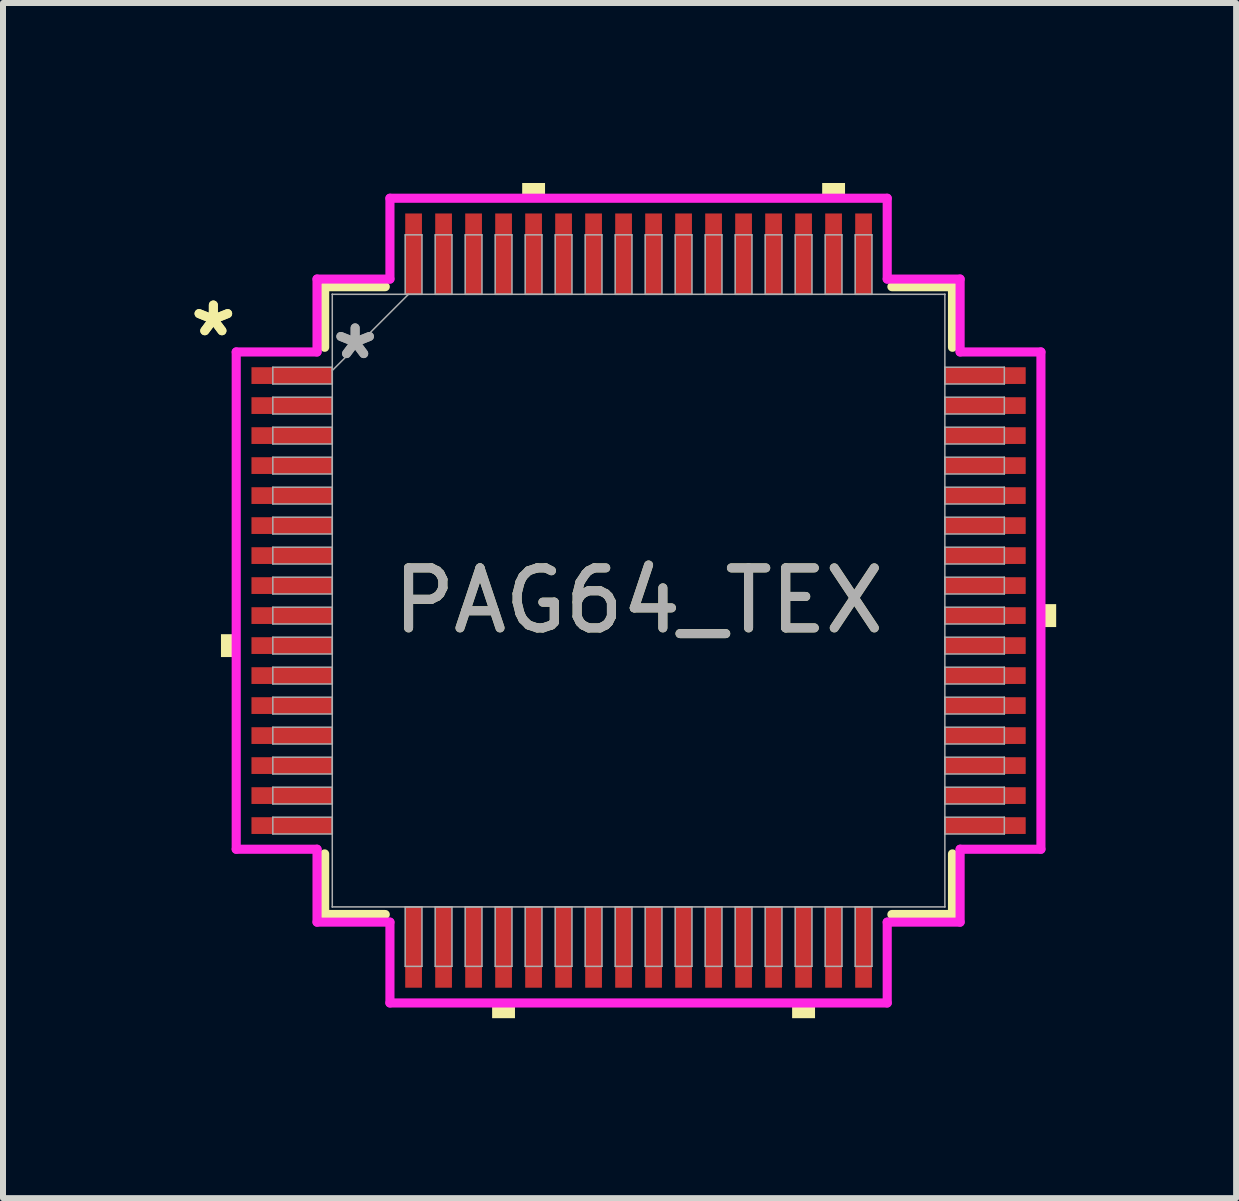
<source format=kicad_pcb>
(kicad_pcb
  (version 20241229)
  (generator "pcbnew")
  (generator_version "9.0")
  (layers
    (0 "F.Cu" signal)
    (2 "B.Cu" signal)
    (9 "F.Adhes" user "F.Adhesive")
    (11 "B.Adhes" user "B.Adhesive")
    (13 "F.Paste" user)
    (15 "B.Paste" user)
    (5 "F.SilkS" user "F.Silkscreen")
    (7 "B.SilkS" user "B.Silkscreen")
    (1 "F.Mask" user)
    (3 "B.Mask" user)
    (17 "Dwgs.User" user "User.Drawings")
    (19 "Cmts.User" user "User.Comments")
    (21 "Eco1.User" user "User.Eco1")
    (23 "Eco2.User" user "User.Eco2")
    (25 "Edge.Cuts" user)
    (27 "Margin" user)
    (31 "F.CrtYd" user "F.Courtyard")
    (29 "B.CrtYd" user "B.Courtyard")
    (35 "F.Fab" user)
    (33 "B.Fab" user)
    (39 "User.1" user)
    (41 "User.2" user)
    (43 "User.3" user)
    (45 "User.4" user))
  (footprint "PAG64_TEX"
    (layer "F.Cu")
    (at 7.593 6.96)
    (property "Reference" "PAG64_TEX" (at 0 0 0) (unlocked yes) (layer "F.SilkS") (effects (font (size 1 1) (thickness 0.15))))
    (attr smd)
    (fp_line (start -5.232 -5.232) (end -5.232 -4.222) (stroke (width 0.152) (type solid)) (layer "F.SilkS"))
    (fp_line (start -5.232 4.222) (end -5.232 5.232) (stroke (width 0.152) (type solid)) (layer "F.SilkS"))
    (fp_line (start -5.232 5.232) (end -4.222 5.232) (stroke (width 0.152) (type solid)) (layer "F.SilkS"))
    (fp_line (start -4.222 -5.232) (end -5.232 -5.232) (stroke (width 0.152) (type solid)) (layer "F.SilkS"))
    (fp_line (start 4.222 5.232) (end 5.232 5.232) (stroke (width 0.152) (type solid)) (layer "F.SilkS"))
    (fp_line (start 5.232 -5.232) (end 4.222 -5.232) (stroke (width 0.152) (type solid)) (layer "F.SilkS"))
    (fp_line (start 5.232 -4.222) (end 5.232 -5.232) (stroke (width 0.152) (type solid)) (layer "F.SilkS"))
    (fp_line (start 5.232 5.232) (end 5.232 4.222) (stroke (width 0.152) (type solid)) (layer "F.SilkS"))
    (fp_poly (pts (xy -6.96 0.56) (xy -6.96 0.941) (xy -6.706 0.941) (xy -6.706 0.56)) (stroke (width 0) (type solid)) (fill yes) (layer "F.SilkS"))
    (fp_poly (pts (xy -2.441 6.706) (xy -2.441 6.96) (xy -2.06 6.96) (xy -2.06 6.706)) (stroke (width 0) (type solid)) (fill yes) (layer "F.SilkS"))
    (fp_poly (pts (xy -1.94 -6.706) (xy -1.94 -6.96) (xy -1.559 -6.96) (xy -1.559 -6.706)) (stroke (width 0) (type solid)) (fill yes) (layer "F.SilkS"))
    (fp_poly (pts (xy 2.559 6.706) (xy 2.559 6.96) (xy 2.941 6.96) (xy 2.941 6.706)) (stroke (width 0) (type solid)) (fill yes) (layer "F.SilkS"))
    (fp_poly (pts (xy 3.06 -6.706) (xy 3.06 -6.96) (xy 3.441 -6.96) (xy 3.441 -6.706)) (stroke (width 0) (type solid)) (fill yes) (layer "F.SilkS"))
    (fp_poly (pts (xy 6.96 0.059) (xy 6.96 0.441) (xy 6.706 0.441) (xy 6.706 0.059)) (stroke (width 0) (type solid)) (fill yes) (layer "F.SilkS"))
    (fp_line (start -6.706 -4.144) (end -5.359 -4.144) (stroke (width 0.152) (type solid)) (layer "F.CrtYd"))
    (fp_line (start -6.706 4.144) (end -6.706 -4.144) (stroke (width 0.152) (type solid)) (layer "F.CrtYd"))
    (fp_line (start -5.359 -5.359) (end -4.144 -5.359) (stroke (width 0.152) (type solid)) (layer "F.CrtYd"))
    (fp_line (start -5.359 -4.144) (end -5.359 -5.359) (stroke (width 0.152) (type solid)) (layer "F.CrtYd"))
    (fp_line (start -5.359 4.144) (end -6.706 4.144) (stroke (width 0.152) (type solid)) (layer "F.CrtYd"))
    (fp_line (start -5.359 5.359) (end -5.359 4.144) (stroke (width 0.152) (type solid)) (layer "F.CrtYd"))
    (fp_line (start -5.359 5.359) (end -4.144 5.359) (stroke (width 0.152) (type solid)) (layer "F.CrtYd"))
    (fp_line (start -4.144 -6.706) (end 4.144 -6.706) (stroke (width 0.152) (type solid)) (layer "F.CrtYd"))
    (fp_line (start -4.144 -5.359) (end -4.144 -6.706) (stroke (width 0.152) (type solid)) (layer "F.CrtYd"))
    (fp_line (start -4.144 5.359) (end -4.144 6.706) (stroke (width 0.152) (type solid)) (layer "F.CrtYd"))
    (fp_line (start -4.144 6.706) (end 4.144 6.706) (stroke (width 0.152) (type solid)) (layer "F.CrtYd"))
    (fp_line (start 4.144 -6.706) (end 4.144 -5.359) (stroke (width 0.152) (type solid)) (layer "F.CrtYd"))
    (fp_line (start 4.144 -5.359) (end 5.359 -5.359) (stroke (width 0.152) (type solid)) (layer "F.CrtYd"))
    (fp_line (start 4.144 5.359) (end 5.359 5.359) (stroke (width 0.152) (type solid)) (layer "F.CrtYd"))
    (fp_line (start 4.144 6.706) (end 4.144 5.359) (stroke (width 0.152) (type solid)) (layer "F.CrtYd"))
    (fp_line (start 5.359 -4.144) (end 5.359 -5.359) (stroke (width 0.152) (type solid)) (layer "F.CrtYd"))
    (fp_line (start 5.359 4.144) (end 6.706 4.144) (stroke (width 0.152) (type solid)) (layer "F.CrtYd"))
    (fp_line (start 5.359 5.359) (end 5.359 4.144) (stroke (width 0.152) (type solid)) (layer "F.CrtYd"))
    (fp_line (start 6.706 -4.144) (end 5.359 -4.144) (stroke (width 0.152) (type solid)) (layer "F.CrtYd"))
    (fp_line (start 6.706 4.144) (end 6.706 -4.144) (stroke (width 0.152) (type solid)) (layer "F.CrtYd"))
    (fp_line (start -6.096 -3.89) (end -6.096 -3.61) (stroke (width 0.025) (type solid)) (layer "F.Fab"))
    (fp_line (start -6.096 -3.61) (end -5.105 -3.61) (stroke (width 0.025) (type solid)) (layer "F.Fab"))
    (fp_line (start -6.096 -3.39) (end -6.096 -3.11) (stroke (width 0.025) (type solid)) (layer "F.Fab"))
    (fp_line (start -6.096 -3.11) (end -5.105 -3.11) (stroke (width 0.025) (type solid)) (layer "F.Fab"))
    (fp_line (start -6.096 -2.89) (end -6.096 -2.61) (stroke (width 0.025) (type solid)) (layer "F.Fab"))
    (fp_line (start -6.096 -2.61) (end -5.105 -2.61) (stroke (width 0.025) (type solid)) (layer "F.Fab"))
    (fp_line (start -6.096 -2.39) (end -6.096 -2.11) (stroke (width 0.025) (type solid)) (layer "F.Fab"))
    (fp_line (start -6.096 -2.11) (end -5.105 -2.11) (stroke (width 0.025) (type solid)) (layer "F.Fab"))
    (fp_line (start -6.096 -1.89) (end -6.096 -1.61) (stroke (width 0.025) (type solid)) (layer "F.Fab"))
    (fp_line (start -6.096 -1.61) (end -5.105 -1.61) (stroke (width 0.025) (type solid)) (layer "F.Fab"))
    (fp_line (start -6.096 -1.39) (end -6.096 -1.11) (stroke (width 0.025) (type solid)) (layer "F.Fab"))
    (fp_line (start -6.096 -1.11) (end -5.105 -1.11) (stroke (width 0.025) (type solid)) (layer "F.Fab"))
    (fp_line (start -6.096 -0.89) (end -6.096 -0.61) (stroke (width 0.025) (type solid)) (layer "F.Fab"))
    (fp_line (start -6.096 -0.61) (end -5.105 -0.61) (stroke (width 0.025) (type solid)) (layer "F.Fab"))
    (fp_line (start -6.096 -0.39) (end -6.096 -0.11) (stroke (width 0.025) (type solid)) (layer "F.Fab"))
    (fp_line (start -6.096 -0.11) (end -5.105 -0.11) (stroke (width 0.025) (type solid)) (layer "F.Fab"))
    (fp_line (start -6.096 0.11) (end -6.096 0.39) (stroke (width 0.025) (type solid)) (layer "F.Fab"))
    (fp_line (start -6.096 0.39) (end -5.105 0.39) (stroke (width 0.025) (type solid)) (layer "F.Fab"))
    (fp_line (start -6.096 0.61) (end -6.096 0.89) (stroke (width 0.025) (type solid)) (layer "F.Fab"))
    (fp_line (start -6.096 0.89) (end -5.105 0.89) (stroke (width 0.025) (type solid)) (layer "F.Fab"))
    (fp_line (start -6.096 1.11) (end -6.096 1.39) (stroke (width 0.025) (type solid)) (layer "F.Fab"))
    (fp_line (start -6.096 1.39) (end -5.105 1.39) (stroke (width 0.025) (type solid)) (layer "F.Fab"))
    (fp_line (start -6.096 1.61) (end -6.096 1.89) (stroke (width 0.025) (type solid)) (layer "F.Fab"))
    (fp_line (start -6.096 1.89) (end -5.105 1.89) (stroke (width 0.025) (type solid)) (layer "F.Fab"))
    (fp_line (start -6.096 2.11) (end -6.096 2.39) (stroke (width 0.025) (type solid)) (layer "F.Fab"))
    (fp_line (start -6.096 2.39) (end -5.105 2.39) (stroke (width 0.025) (type solid)) (layer "F.Fab"))
    (fp_line (start -6.096 2.61) (end -6.096 2.89) (stroke (width 0.025) (type solid)) (layer "F.Fab"))
    (fp_line (start -6.096 2.89) (end -5.105 2.89) (stroke (width 0.025) (type solid)) (layer "F.Fab"))
    (fp_line (start -6.096 3.11) (end -6.096 3.39) (stroke (width 0.025) (type solid)) (layer "F.Fab"))
    (fp_line (start -6.096 3.39) (end -5.105 3.39) (stroke (width 0.025) (type solid)) (layer "F.Fab"))
    (fp_line (start -6.096 3.61) (end -6.096 3.89) (stroke (width 0.025) (type solid)) (layer "F.Fab"))
    (fp_line (start -6.096 3.89) (end -5.105 3.89) (stroke (width 0.025) (type solid)) (layer "F.Fab"))
    (fp_line (start -5.105 -5.105) (end -5.105 -5.105) (stroke (width 0.025) (type solid)) (layer "F.Fab"))
    (fp_line (start -5.105 -5.105) (end -5.105 5.105) (stroke (width 0.025) (type solid)) (layer "F.Fab"))
    (fp_line (start -5.105 -3.89) (end -6.096 -3.89) (stroke (width 0.025) (type solid)) (layer "F.Fab"))
    (fp_line (start -5.105 -3.835) (end -3.835 -5.105) (stroke (width 0.025) (type solid)) (layer "F.Fab"))
    (fp_line (start -5.105 -3.61) (end -5.105 -3.89) (stroke (width 0.025) (type solid)) (layer "F.Fab"))
    (fp_line (start -5.105 -3.39) (end -6.096 -3.39) (stroke (width 0.025) (type solid)) (layer "F.Fab"))
    (fp_line (start -5.105 -3.11) (end -5.105 -3.39) (stroke (width 0.025) (type solid)) (layer "F.Fab"))
    (fp_line (start -5.105 -2.89) (end -6.096 -2.89) (stroke (width 0.025) (type solid)) (layer "F.Fab"))
    (fp_line (start -5.105 -2.61) (end -5.105 -2.89) (stroke (width 0.025) (type solid)) (layer "F.Fab"))
    (fp_line (start -5.105 -2.39) (end -6.096 -2.39) (stroke (width 0.025) (type solid)) (layer "F.Fab"))
    (fp_line (start -5.105 -2.11) (end -5.105 -2.39) (stroke (width 0.025) (type solid)) (layer "F.Fab"))
    (fp_line (start -5.105 -1.89) (end -6.096 -1.89) (stroke (width 0.025) (type solid)) (layer "F.Fab"))
    (fp_line (start -5.105 -1.61) (end -5.105 -1.89) (stroke (width 0.025) (type solid)) (layer "F.Fab"))
    (fp_line (start -5.105 -1.39) (end -6.096 -1.39) (stroke (width 0.025) (type solid)) (layer "F.Fab"))
    (fp_line (start -5.105 -1.11) (end -5.105 -1.39) (stroke (width 0.025) (type solid)) (layer "F.Fab"))
    (fp_line (start -5.105 -0.89) (end -6.096 -0.89) (stroke (width 0.025) (type solid)) (layer "F.Fab"))
    (fp_line (start -5.105 -0.61) (end -5.105 -0.89) (stroke (width 0.025) (type solid)) (layer "F.Fab"))
    (fp_line (start -5.105 -0.39) (end -6.096 -0.39) (stroke (width 0.025) (type solid)) (layer "F.Fab"))
    (fp_line (start -5.105 -0.11) (end -5.105 -0.39) (stroke (width 0.025) (type solid)) (layer "F.Fab"))
    (fp_line (start -5.105 0.11) (end -6.096 0.11) (stroke (width 0.025) (type solid)) (layer "F.Fab"))
    (fp_line (start -5.105 0.39) (end -5.105 0.11) (stroke (width 0.025) (type solid)) (layer "F.Fab"))
    (fp_line (start -5.105 0.61) (end -6.096 0.61) (stroke (width 0.025) (type solid)) (layer "F.Fab"))
    (fp_line (start -5.105 0.89) (end -5.105 0.61) (stroke (width 0.025) (type solid)) (layer "F.Fab"))
    (fp_line (start -5.105 1.11) (end -6.096 1.11) (stroke (width 0.025) (type solid)) (layer "F.Fab"))
    (fp_line (start -5.105 1.39) (end -5.105 1.11) (stroke (width 0.025) (type solid)) (layer "F.Fab"))
    (fp_line (start -5.105 1.61) (end -6.096 1.61) (stroke (width 0.025) (type solid)) (layer "F.Fab"))
    (fp_line (start -5.105 1.89) (end -5.105 1.61) (stroke (width 0.025) (type solid)) (layer "F.Fab"))
    (fp_line (start -5.105 2.11) (end -6.096 2.11) (stroke (width 0.025) (type solid)) (layer "F.Fab"))
    (fp_line (start -5.105 2.39) (end -5.105 2.11) (stroke (width 0.025) (type solid)) (layer "F.Fab"))
    (fp_line (start -5.105 2.61) (end -6.096 2.61) (stroke (width 0.025) (type solid)) (layer "F.Fab"))
    (fp_line (start -5.105 2.89) (end -5.105 2.61) (stroke (width 0.025) (type solid)) (layer "F.Fab"))
    (fp_line (start -5.105 3.11) (end -6.096 3.11) (stroke (width 0.025) (type solid)) (layer "F.Fab"))
    (fp_line (start -5.105 3.39) (end -5.105 3.11) (stroke (width 0.025) (type solid)) (layer "F.Fab"))
    (fp_line (start -5.105 3.61) (end -6.096 3.61) (stroke (width 0.025) (type solid)) (layer "F.Fab"))
    (fp_line (start -5.105 3.89) (end -5.105 3.61) (stroke (width 0.025) (type solid)) (layer "F.Fab"))
    (fp_line (start -5.105 5.105) (end -5.105 5.105) (stroke (width 0.025) (type solid)) (layer "F.Fab"))
    (fp_line (start -5.105 5.105) (end 5.105 5.105) (stroke (width 0.025) (type solid)) (layer "F.Fab"))
    (fp_line (start -3.89 -6.096) (end -3.89 -5.105) (stroke (width 0.025) (type solid)) (layer "F.Fab"))
    (fp_line (start -3.89 -5.105) (end -3.61 -5.105) (stroke (width 0.025) (type solid)) (layer "F.Fab"))
    (fp_line (start -3.89 5.105) (end -3.89 6.096) (stroke (width 0.025) (type solid)) (layer "F.Fab"))
    (fp_line (start -3.89 6.096) (end -3.61 6.096) (stroke (width 0.025) (type solid)) (layer "F.Fab"))
    (fp_line (start -3.61 -6.096) (end -3.89 -6.096) (stroke (width 0.025) (type solid)) (layer "F.Fab"))
    (fp_line (start -3.61 -5.105) (end -3.61 -6.096) (stroke (width 0.025) (type solid)) (layer "F.Fab"))
    (fp_line (start -3.61 5.105) (end -3.89 5.105) (stroke (width 0.025) (type solid)) (layer "F.Fab"))
    (fp_line (start -3.61 6.096) (end -3.61 5.105) (stroke (width 0.025) (type solid)) (layer "F.Fab"))
    (fp_line (start -3.39 -6.096) (end -3.39 -5.105) (stroke (width 0.025) (type solid)) (layer "F.Fab"))
    (fp_line (start -3.39 -5.105) (end -3.11 -5.105) (stroke (width 0.025) (type solid)) (layer "F.Fab"))
    (fp_line (start -3.39 5.105) (end -3.39 6.096) (stroke (width 0.025) (type solid)) (layer "F.Fab"))
    (fp_line (start -3.39 6.096) (end -3.11 6.096) (stroke (width 0.025) (type solid)) (layer "F.Fab"))
    (fp_line (start -3.11 -6.096) (end -3.39 -6.096) (stroke (width 0.025) (type solid)) (layer "F.Fab"))
    (fp_line (start -3.11 -5.105) (end -3.11 -6.096) (stroke (width 0.025) (type solid)) (layer "F.Fab"))
    (fp_line (start -3.11 5.105) (end -3.39 5.105) (stroke (width 0.025) (type solid)) (layer "F.Fab"))
    (fp_line (start -3.11 6.096) (end -3.11 5.105) (stroke (width 0.025) (type solid)) (layer "F.Fab"))
    (fp_line (start -2.89 -6.096) (end -2.89 -5.105) (stroke (width 0.025) (type solid)) (layer "F.Fab"))
    (fp_line (start -2.89 -5.105) (end -2.61 -5.105) (stroke (width 0.025) (type solid)) (layer "F.Fab"))
    (fp_line (start -2.89 5.105) (end -2.89 6.096) (stroke (width 0.025) (type solid)) (layer "F.Fab"))
    (fp_line (start -2.89 6.096) (end -2.61 6.096) (stroke (width 0.025) (type solid)) (layer "F.Fab"))
    (fp_line (start -2.61 -6.096) (end -2.89 -6.096) (stroke (width 0.025) (type solid)) (layer "F.Fab"))
    (fp_line (start -2.61 -5.105) (end -2.61 -6.096) (stroke (width 0.025) (type solid)) (layer "F.Fab"))
    (fp_line (start -2.61 5.105) (end -2.89 5.105) (stroke (width 0.025) (type solid)) (layer "F.Fab"))
    (fp_line (start -2.61 6.096) (end -2.61 5.105) (stroke (width 0.025) (type solid)) (layer "F.Fab"))
    (fp_line (start -2.39 -6.096) (end -2.39 -5.105) (stroke (width 0.025) (type solid)) (layer "F.Fab"))
    (fp_line (start -2.39 -5.105) (end -2.11 -5.105) (stroke (width 0.025) (type solid)) (layer "F.Fab"))
    (fp_line (start -2.39 5.105) (end -2.39 6.096) (stroke (width 0.025) (type solid)) (layer "F.Fab"))
    (fp_line (start -2.39 6.096) (end -2.11 6.096) (stroke (width 0.025) (type solid)) (layer "F.Fab"))
    (fp_line (start -2.11 -6.096) (end -2.39 -6.096) (stroke (width 0.025) (type solid)) (layer "F.Fab"))
    (fp_line (start -2.11 -5.105) (end -2.11 -6.096) (stroke (width 0.025) (type solid)) (layer "F.Fab"))
    (fp_line (start -2.11 5.105) (end -2.39 5.105) (stroke (width 0.025) (type solid)) (layer "F.Fab"))
    (fp_line (start -2.11 6.096) (end -2.11 5.105) (stroke (width 0.025) (type solid)) (layer "F.Fab"))
    (fp_line (start -1.89 -6.096) (end -1.89 -5.105) (stroke (width 0.025) (type solid)) (layer "F.Fab"))
    (fp_line (start -1.89 -5.105) (end -1.61 -5.105) (stroke (width 0.025) (type solid)) (layer "F.Fab"))
    (fp_line (start -1.89 5.105) (end -1.89 6.096) (stroke (width 0.025) (type solid)) (layer "F.Fab"))
    (fp_line (start -1.89 6.096) (end -1.61 6.096) (stroke (width 0.025) (type solid)) (layer "F.Fab"))
    (fp_line (start -1.61 -6.096) (end -1.89 -6.096) (stroke (width 0.025) (type solid)) (layer "F.Fab"))
    (fp_line (start -1.61 -5.105) (end -1.61 -6.096) (stroke (width 0.025) (type solid)) (layer "F.Fab"))
    (fp_line (start -1.61 5.105) (end -1.89 5.105) (stroke (width 0.025) (type solid)) (layer "F.Fab"))
    (fp_line (start -1.61 6.096) (end -1.61 5.105) (stroke (width 0.025) (type solid)) (layer "F.Fab"))
    (fp_line (start -1.39 -6.096) (end -1.39 -5.105) (stroke (width 0.025) (type solid)) (layer "F.Fab"))
    (fp_line (start -1.39 -5.105) (end -1.11 -5.105) (stroke (width 0.025) (type solid)) (layer "F.Fab"))
    (fp_line (start -1.39 5.105) (end -1.39 6.096) (stroke (width 0.025) (type solid)) (layer "F.Fab"))
    (fp_line (start -1.39 6.096) (end -1.11 6.096) (stroke (width 0.025) (type solid)) (layer "F.Fab"))
    (fp_line (start -1.11 -6.096) (end -1.39 -6.096) (stroke (width 0.025) (type solid)) (layer "F.Fab"))
    (fp_line (start -1.11 -5.105) (end -1.11 -6.096) (stroke (width 0.025) (type solid)) (layer "F.Fab"))
    (fp_line (start -1.11 5.105) (end -1.39 5.105) (stroke (width 0.025) (type solid)) (layer "F.Fab"))
    (fp_line (start -1.11 6.096) (end -1.11 5.105) (stroke (width 0.025) (type solid)) (layer "F.Fab"))
    (fp_line (start -0.89 -6.096) (end -0.89 -5.105) (stroke (width 0.025) (type solid)) (layer "F.Fab"))
    (fp_line (start -0.89 -5.105) (end -0.61 -5.105) (stroke (width 0.025) (type solid)) (layer "F.Fab"))
    (fp_line (start -0.89 5.105) (end -0.89 6.096) (stroke (width 0.025) (type solid)) (layer "F.Fab"))
    (fp_line (start -0.89 6.096) (end -0.61 6.096) (stroke (width 0.025) (type solid)) (layer "F.Fab"))
    (fp_line (start -0.61 -6.096) (end -0.89 -6.096) (stroke (width 0.025) (type solid)) (layer "F.Fab"))
    (fp_line (start -0.61 -5.105) (end -0.61 -6.096) (stroke (width 0.025) (type solid)) (layer "F.Fab"))
    (fp_line (start -0.61 5.105) (end -0.89 5.105) (stroke (width 0.025) (type solid)) (layer "F.Fab"))
    (fp_line (start -0.61 6.096) (end -0.61 5.105) (stroke (width 0.025) (type solid)) (layer "F.Fab"))
    (fp_line (start -0.39 -6.096) (end -0.39 -5.105) (stroke (width 0.025) (type solid)) (layer "F.Fab"))
    (fp_line (start -0.39 -5.105) (end -0.11 -5.105) (stroke (width 0.025) (type solid)) (layer "F.Fab"))
    (fp_line (start -0.39 5.105) (end -0.39 6.096) (stroke (width 0.025) (type solid)) (layer "F.Fab"))
    (fp_line (start -0.39 6.096) (end -0.11 6.096) (stroke (width 0.025) (type solid)) (layer "F.Fab"))
    (fp_line (start -0.11 -6.096) (end -0.39 -6.096) (stroke (width 0.025) (type solid)) (layer "F.Fab"))
    (fp_line (start -0.11 -5.105) (end -0.11 -6.096) (stroke (width 0.025) (type solid)) (layer "F.Fab"))
    (fp_line (start -0.11 5.105) (end -0.39 5.105) (stroke (width 0.025) (type solid)) (layer "F.Fab"))
    (fp_line (start -0.11 6.096) (end -0.11 5.105) (stroke (width 0.025) (type solid)) (layer "F.Fab"))
    (fp_line (start 0.11 -6.096) (end 0.11 -5.105) (stroke (width 0.025) (type solid)) (layer "F.Fab"))
    (fp_line (start 0.11 -5.105) (end 0.39 -5.105) (stroke (width 0.025) (type solid)) (layer "F.Fab"))
    (fp_line (start 0.11 5.105) (end 0.11 6.096) (stroke (width 0.025) (type solid)) (layer "F.Fab"))
    (fp_line (start 0.11 6.096) (end 0.39 6.096) (stroke (width 0.025) (type solid)) (layer "F.Fab"))
    (fp_line (start 0.39 -6.096) (end 0.11 -6.096) (stroke (width 0.025) (type solid)) (layer "F.Fab"))
    (fp_line (start 0.39 -5.105) (end 0.39 -6.096) (stroke (width 0.025) (type solid)) (layer "F.Fab"))
    (fp_line (start 0.39 5.105) (end 0.11 5.105) (stroke (width 0.025) (type solid)) (layer "F.Fab"))
    (fp_line (start 0.39 6.096) (end 0.39 5.105) (stroke (width 0.025) (type solid)) (layer "F.Fab"))
    (fp_line (start 0.61 -6.096) (end 0.61 -5.105) (stroke (width 0.025) (type solid)) (layer "F.Fab"))
    (fp_line (start 0.61 -5.105) (end 0.89 -5.105) (stroke (width 0.025) (type solid)) (layer "F.Fab"))
    (fp_line (start 0.61 5.105) (end 0.61 6.096) (stroke (width 0.025) (type solid)) (layer "F.Fab"))
    (fp_line (start 0.61 6.096) (end 0.89 6.096) (stroke (width 0.025) (type solid)) (layer "F.Fab"))
    (fp_line (start 0.89 -6.096) (end 0.61 -6.096) (stroke (width 0.025) (type solid)) (layer "F.Fab"))
    (fp_line (start 0.89 -5.105) (end 0.89 -6.096) (stroke (width 0.025) (type solid)) (layer "F.Fab"))
    (fp_line (start 0.89 5.105) (end 0.61 5.105) (stroke (width 0.025) (type solid)) (layer "F.Fab"))
    (fp_line (start 0.89 6.096) (end 0.89 5.105) (stroke (width 0.025) (type solid)) (layer "F.Fab"))
    (fp_line (start 1.11 -6.096) (end 1.11 -5.105) (stroke (width 0.025) (type solid)) (layer "F.Fab"))
    (fp_line (start 1.11 -5.105) (end 1.39 -5.105) (stroke (width 0.025) (type solid)) (layer "F.Fab"))
    (fp_line (start 1.11 5.105) (end 1.11 6.096) (stroke (width 0.025) (type solid)) (layer "F.Fab"))
    (fp_line (start 1.11 6.096) (end 1.39 6.096) (stroke (width 0.025) (type solid)) (layer "F.Fab"))
    (fp_line (start 1.39 -6.096) (end 1.11 -6.096) (stroke (width 0.025) (type solid)) (layer "F.Fab"))
    (fp_line (start 1.39 -5.105) (end 1.39 -6.096) (stroke (width 0.025) (type solid)) (layer "F.Fab"))
    (fp_line (start 1.39 5.105) (end 1.11 5.105) (stroke (width 0.025) (type solid)) (layer "F.Fab"))
    (fp_line (start 1.39 6.096) (end 1.39 5.105) (stroke (width 0.025) (type solid)) (layer "F.Fab"))
    (fp_line (start 1.61 -6.096) (end 1.61 -5.105) (stroke (width 0.025) (type solid)) (layer "F.Fab"))
    (fp_line (start 1.61 -5.105) (end 1.89 -5.105) (stroke (width 0.025) (type solid)) (layer "F.Fab"))
    (fp_line (start 1.61 5.105) (end 1.61 6.096) (stroke (width 0.025) (type solid)) (layer "F.Fab"))
    (fp_line (start 1.61 6.096) (end 1.89 6.096) (stroke (width 0.025) (type solid)) (layer "F.Fab"))
    (fp_line (start 1.89 -6.096) (end 1.61 -6.096) (stroke (width 0.025) (type solid)) (layer "F.Fab"))
    (fp_line (start 1.89 -5.105) (end 1.89 -6.096) (stroke (width 0.025) (type solid)) (layer "F.Fab"))
    (fp_line (start 1.89 5.105) (end 1.61 5.105) (stroke (width 0.025) (type solid)) (layer "F.Fab"))
    (fp_line (start 1.89 6.096) (end 1.89 5.105) (stroke (width 0.025) (type solid)) (layer "F.Fab"))
    (fp_line (start 2.11 -6.096) (end 2.11 -5.105) (stroke (width 0.025) (type solid)) (layer "F.Fab"))
    (fp_line (start 2.11 -5.105) (end 2.39 -5.105) (stroke (width 0.025) (type solid)) (layer "F.Fab"))
    (fp_line (start 2.11 5.105) (end 2.11 6.096) (stroke (width 0.025) (type solid)) (layer "F.Fab"))
    (fp_line (start 2.11 6.096) (end 2.39 6.096) (stroke (width 0.025) (type solid)) (layer "F.Fab"))
    (fp_line (start 2.39 -6.096) (end 2.11 -6.096) (stroke (width 0.025) (type solid)) (layer "F.Fab"))
    (fp_line (start 2.39 -5.105) (end 2.39 -6.096) (stroke (width 0.025) (type solid)) (layer "F.Fab"))
    (fp_line (start 2.39 5.105) (end 2.11 5.105) (stroke (width 0.025) (type solid)) (layer "F.Fab"))
    (fp_line (start 2.39 6.096) (end 2.39 5.105) (stroke (width 0.025) (type solid)) (layer "F.Fab"))
    (fp_line (start 2.61 -6.096) (end 2.61 -5.105) (stroke (width 0.025) (type solid)) (layer "F.Fab"))
    (fp_line (start 2.61 -5.105) (end 2.89 -5.105) (stroke (width 0.025) (type solid)) (layer "F.Fab"))
    (fp_line (start 2.61 5.105) (end 2.61 6.096) (stroke (width 0.025) (type solid)) (layer "F.Fab"))
    (fp_line (start 2.61 6.096) (end 2.89 6.096) (stroke (width 0.025) (type solid)) (layer "F.Fab"))
    (fp_line (start 2.89 -6.096) (end 2.61 -6.096) (stroke (width 0.025) (type solid)) (layer "F.Fab"))
    (fp_line (start 2.89 -5.105) (end 2.89 -6.096) (stroke (width 0.025) (type solid)) (layer "F.Fab"))
    (fp_line (start 2.89 5.105) (end 2.61 5.105) (stroke (width 0.025) (type solid)) (layer "F.Fab"))
    (fp_line (start 2.89 6.096) (end 2.89 5.105) (stroke (width 0.025) (type solid)) (layer "F.Fab"))
    (fp_line (start 3.11 -6.096) (end 3.11 -5.105) (stroke (width 0.025) (type solid)) (layer "F.Fab"))
    (fp_line (start 3.11 -5.105) (end 3.39 -5.105) (stroke (width 0.025) (type solid)) (layer "F.Fab"))
    (fp_line (start 3.11 5.105) (end 3.11 6.096) (stroke (width 0.025) (type solid)) (layer "F.Fab"))
    (fp_line (start 3.11 6.096) (end 3.39 6.096) (stroke (width 0.025) (type solid)) (layer "F.Fab"))
    (fp_line (start 3.39 -6.096) (end 3.11 -6.096) (stroke (width 0.025) (type solid)) (layer "F.Fab"))
    (fp_line (start 3.39 -5.105) (end 3.39 -6.096) (stroke (width 0.025) (type solid)) (layer "F.Fab"))
    (fp_line (start 3.39 5.105) (end 3.11 5.105) (stroke (width 0.025) (type solid)) (layer "F.Fab"))
    (fp_line (start 3.39 6.096) (end 3.39 5.105) (stroke (width 0.025) (type solid)) (layer "F.Fab"))
    (fp_line (start 3.61 -6.096) (end 3.61 -5.105) (stroke (width 0.025) (type solid)) (layer "F.Fab"))
    (fp_line (start 3.61 -5.105) (end 3.89 -5.105) (stroke (width 0.025) (type solid)) (layer "F.Fab"))
    (fp_line (start 3.61 5.105) (end 3.61 6.096) (stroke (width 0.025) (type solid)) (layer "F.Fab"))
    (fp_line (start 3.61 6.096) (end 3.89 6.096) (stroke (width 0.025) (type solid)) (layer "F.Fab"))
    (fp_line (start 3.89 -6.096) (end 3.61 -6.096) (stroke (width 0.025) (type solid)) (layer "F.Fab"))
    (fp_line (start 3.89 -5.105) (end 3.89 -6.096) (stroke (width 0.025) (type solid)) (layer "F.Fab"))
    (fp_line (start 3.89 5.105) (end 3.61 5.105) (stroke (width 0.025) (type solid)) (layer "F.Fab"))
    (fp_line (start 3.89 6.096) (end 3.89 5.105) (stroke (width 0.025) (type solid)) (layer "F.Fab"))
    (fp_line (start 5.105 -5.105) (end -5.105 -5.105) (stroke (width 0.025) (type solid)) (layer "F.Fab"))
    (fp_line (start 5.105 -5.105) (end 5.105 -5.105) (stroke (width 0.025) (type solid)) (layer "F.Fab"))
    (fp_line (start 5.105 -3.89) (end 5.105 -3.61) (stroke (width 0.025) (type solid)) (layer "F.Fab"))
    (fp_line (start 5.105 -3.61) (end 6.096 -3.61) (stroke (width 0.025) (type solid)) (layer "F.Fab"))
    (fp_line (start 5.105 -3.39) (end 5.105 -3.11) (stroke (width 0.025) (type solid)) (layer "F.Fab"))
    (fp_line (start 5.105 -3.11) (end 6.096 -3.11) (stroke (width 0.025) (type solid)) (layer "F.Fab"))
    (fp_line (start 5.105 -2.89) (end 5.105 -2.61) (stroke (width 0.025) (type solid)) (layer "F.Fab"))
    (fp_line (start 5.105 -2.61) (end 6.096 -2.61) (stroke (width 0.025) (type solid)) (layer "F.Fab"))
    (fp_line (start 5.105 -2.39) (end 5.105 -2.11) (stroke (width 0.025) (type solid)) (layer "F.Fab"))
    (fp_line (start 5.105 -2.11) (end 6.096 -2.11) (stroke (width 0.025) (type solid)) (layer "F.Fab"))
    (fp_line (start 5.105 -1.89) (end 5.105 -1.61) (stroke (width 0.025) (type solid)) (layer "F.Fab"))
    (fp_line (start 5.105 -1.61) (end 6.096 -1.61) (stroke (width 0.025) (type solid)) (layer "F.Fab"))
    (fp_line (start 5.105 -1.39) (end 5.105 -1.11) (stroke (width 0.025) (type solid)) (layer "F.Fab"))
    (fp_line (start 5.105 -1.11) (end 6.096 -1.11) (stroke (width 0.025) (type solid)) (layer "F.Fab"))
    (fp_line (start 5.105 -0.89) (end 5.105 -0.61) (stroke (width 0.025) (type solid)) (layer "F.Fab"))
    (fp_line (start 5.105 -0.61) (end 6.096 -0.61) (stroke (width 0.025) (type solid)) (layer "F.Fab"))
    (fp_line (start 5.105 -0.39) (end 5.105 -0.11) (stroke (width 0.025) (type solid)) (layer "F.Fab"))
    (fp_line (start 5.105 -0.11) (end 6.096 -0.11) (stroke (width 0.025) (type solid)) (layer "F.Fab"))
    (fp_line (start 5.105 0.11) (end 5.105 0.39) (stroke (width 0.025) (type solid)) (layer "F.Fab"))
    (fp_line (start 5.105 0.39) (end 6.096 0.39) (stroke (width 0.025) (type solid)) (layer "F.Fab"))
    (fp_line (start 5.105 0.61) (end 5.105 0.89) (stroke (width 0.025) (type solid)) (layer "F.Fab"))
    (fp_line (start 5.105 0.89) (end 6.096 0.89) (stroke (width 0.025) (type solid)) (layer "F.Fab"))
    (fp_line (start 5.105 1.11) (end 5.105 1.39) (stroke (width 0.025) (type solid)) (layer "F.Fab"))
    (fp_line (start 5.105 1.39) (end 6.096 1.39) (stroke (width 0.025) (type solid)) (layer "F.Fab"))
    (fp_line (start 5.105 1.61) (end 5.105 1.89) (stroke (width 0.025) (type solid)) (layer "F.Fab"))
    (fp_line (start 5.105 1.89) (end 6.096 1.89) (stroke (width 0.025) (type solid)) (layer "F.Fab"))
    (fp_line (start 5.105 2.11) (end 5.105 2.39) (stroke (width 0.025) (type solid)) (layer "F.Fab"))
    (fp_line (start 5.105 2.39) (end 6.096 2.39) (stroke (width 0.025) (type solid)) (layer "F.Fab"))
    (fp_line (start 5.105 2.61) (end 5.105 2.89) (stroke (width 0.025) (type solid)) (layer "F.Fab"))
    (fp_line (start 5.105 2.89) (end 6.096 2.89) (stroke (width 0.025) (type solid)) (layer "F.Fab"))
    (fp_line (start 5.105 3.11) (end 5.105 3.39) (stroke (width 0.025) (type solid)) (layer "F.Fab"))
    (fp_line (start 5.105 3.39) (end 6.096 3.39) (stroke (width 0.025) (type solid)) (layer "F.Fab"))
    (fp_line (start 5.105 3.61) (end 5.105 3.89) (stroke (width 0.025) (type solid)) (layer "F.Fab"))
    (fp_line (start 5.105 3.89) (end 6.096 3.89) (stroke (width 0.025) (type solid)) (layer "F.Fab"))
    (fp_line (start 5.105 5.105) (end 5.105 -5.105) (stroke (width 0.025) (type solid)) (layer "F.Fab"))
    (fp_line (start 5.105 5.105) (end 5.105 5.105) (stroke (width 0.025) (type solid)) (layer "F.Fab"))
    (fp_line (start 6.096 -3.89) (end 5.105 -3.89) (stroke (width 0.025) (type solid)) (layer "F.Fab"))
    (fp_line (start 6.096 -3.61) (end 6.096 -3.89) (stroke (width 0.025) (type solid)) (layer "F.Fab"))
    (fp_line (start 6.096 -3.39) (end 5.105 -3.39) (stroke (width 0.025) (type solid)) (layer "F.Fab"))
    (fp_line (start 6.096 -3.11) (end 6.096 -3.39) (stroke (width 0.025) (type solid)) (layer "F.Fab"))
    (fp_line (start 6.096 -2.89) (end 5.105 -2.89) (stroke (width 0.025) (type solid)) (layer "F.Fab"))
    (fp_line (start 6.096 -2.61) (end 6.096 -2.89) (stroke (width 0.025) (type solid)) (layer "F.Fab"))
    (fp_line (start 6.096 -2.39) (end 5.105 -2.39) (stroke (width 0.025) (type solid)) (layer "F.Fab"))
    (fp_line (start 6.096 -2.11) (end 6.096 -2.39) (stroke (width 0.025) (type solid)) (layer "F.Fab"))
    (fp_line (start 6.096 -1.89) (end 5.105 -1.89) (stroke (width 0.025) (type solid)) (layer "F.Fab"))
    (fp_line (start 6.096 -1.61) (end 6.096 -1.89) (stroke (width 0.025) (type solid)) (layer "F.Fab"))
    (fp_line (start 6.096 -1.39) (end 5.105 -1.39) (stroke (width 0.025) (type solid)) (layer "F.Fab"))
    (fp_line (start 6.096 -1.11) (end 6.096 -1.39) (stroke (width 0.025) (type solid)) (layer "F.Fab"))
    (fp_line (start 6.096 -0.89) (end 5.105 -0.89) (stroke (width 0.025) (type solid)) (layer "F.Fab"))
    (fp_line (start 6.096 -0.61) (end 6.096 -0.89) (stroke (width 0.025) (type solid)) (layer "F.Fab"))
    (fp_line (start 6.096 -0.39) (end 5.105 -0.39) (stroke (width 0.025) (type solid)) (layer "F.Fab"))
    (fp_line (start 6.096 -0.11) (end 6.096 -0.39) (stroke (width 0.025) (type solid)) (layer "F.Fab"))
    (fp_line (start 6.096 0.11) (end 5.105 0.11) (stroke (width 0.025) (type solid)) (layer "F.Fab"))
    (fp_line (start 6.096 0.39) (end 6.096 0.11) (stroke (width 0.025) (type solid)) (layer "F.Fab"))
    (fp_line (start 6.096 0.61) (end 5.105 0.61) (stroke (width 0.025) (type solid)) (layer "F.Fab"))
    (fp_line (start 6.096 0.89) (end 6.096 0.61) (stroke (width 0.025) (type solid)) (layer "F.Fab"))
    (fp_line (start 6.096 1.11) (end 5.105 1.11) (stroke (width 0.025) (type solid)) (layer "F.Fab"))
    (fp_line (start 6.096 1.39) (end 6.096 1.11) (stroke (width 0.025) (type solid)) (layer "F.Fab"))
    (fp_line (start 6.096 1.61) (end 5.105 1.61) (stroke (width 0.025) (type solid)) (layer "F.Fab"))
    (fp_line (start 6.096 1.89) (end 6.096 1.61) (stroke (width 0.025) (type solid)) (layer "F.Fab"))
    (fp_line (start 6.096 2.11) (end 5.105 2.11) (stroke (width 0.025) (type solid)) (layer "F.Fab"))
    (fp_line (start 6.096 2.39) (end 6.096 2.11) (stroke (width 0.025) (type solid)) (layer "F.Fab"))
    (fp_line (start 6.096 2.61) (end 5.105 2.61) (stroke (width 0.025) (type solid)) (layer "F.Fab"))
    (fp_line (start 6.096 2.89) (end 6.096 2.61) (stroke (width 0.025) (type solid)) (layer "F.Fab"))
    (fp_line (start 6.096 3.11) (end 5.105 3.11) (stroke (width 0.025) (type solid)) (layer "F.Fab"))
    (fp_line (start 6.096 3.39) (end 6.096 3.11) (stroke (width 0.025) (type solid)) (layer "F.Fab"))
    (fp_line (start 6.096 3.61) (end 5.105 3.61) (stroke (width 0.025) (type solid)) (layer "F.Fab"))
    (fp_line (start 6.096 3.89) (end 6.096 3.61) (stroke (width 0.025) (type solid)) (layer "F.Fab"))
    (fp_text user "*" (at -7.087 -4.381 0) (unlocked yes) (layer "F.SilkS") (effects (font (size 1 1) (thickness 0.15))))
    (fp_text user "*" (at -7.087 -4.381 0) (layer "F.SilkS") (effects (font (size 1 1) (thickness 0.15))))
    (fp_text user "${REFERENCE}" (at 0 0 0) (unlocked yes) (layer "F.Fab") (effects (font (size 1 1) (thickness 0.15))))
    (fp_text user "*" (at -4.724 -4 0) (unlocked yes) (layer "F.Fab") (effects (font (size 1 1) (thickness 0.15))))
    (fp_text user "*" (at -4.724 -4 0) (layer "F.Fab") (effects (font (size 1 1) (thickness 0.15))))
    (pad "1" smd rect (at -5.779 -3.75 90) (size 0.279 1.346) (layers "F.Cu" "F.Mask" "F.Paste"))
    (pad "2" smd rect (at -5.779 -3.25 90) (size 0.279 1.346) (layers "F.Cu" "F.Mask" "F.Paste"))
    (pad "3" smd rect (at -5.779 -2.75 90) (size 0.279 1.346) (layers "F.Cu" "F.Mask" "F.Paste"))
    (pad "4" smd rect (at -5.779 -2.25 90) (size 0.279 1.346) (layers "F.Cu" "F.Mask" "F.Paste"))
    (pad "5" smd rect (at -5.779 -1.75 90) (size 0.279 1.346) (layers "F.Cu" "F.Mask" "F.Paste"))
    (pad "6" smd rect (at -5.779 -1.25 90) (size 0.279 1.346) (layers "F.Cu" "F.Mask" "F.Paste"))
    (pad "7" smd rect (at -5.779 -0.75 90) (size 0.279 1.346) (layers "F.Cu" "F.Mask" "F.Paste"))
    (pad "8" smd rect (at -5.779 -0.25 90) (size 0.279 1.346) (layers "F.Cu" "F.Mask" "F.Paste"))
    (pad "9" smd rect (at -5.779 0.25 90) (size 0.279 1.346) (layers "F.Cu" "F.Mask" "F.Paste"))
    (pad "10" smd rect (at -5.779 0.75 90) (size 0.279 1.346) (layers "F.Cu" "F.Mask" "F.Paste"))
    (pad "11" smd rect (at -5.779 1.25 90) (size 0.279 1.346) (layers "F.Cu" "F.Mask" "F.Paste"))
    (pad "12" smd rect (at -5.779 1.75 90) (size 0.279 1.346) (layers "F.Cu" "F.Mask" "F.Paste"))
    (pad "13" smd rect (at -5.779 2.25 90) (size 0.279 1.346) (layers "F.Cu" "F.Mask" "F.Paste"))
    (pad "14" smd rect (at -5.779 2.75 90) (size 0.279 1.346) (layers "F.Cu" "F.Mask" "F.Paste"))
    (pad "15" smd rect (at -5.779 3.25 90) (size 0.279 1.346) (layers "F.Cu" "F.Mask" "F.Paste"))
    (pad "16" smd rect (at -5.779 3.75 90) (size 0.279 1.346) (layers "F.Cu" "F.Mask" "F.Paste"))
    (pad "17" smd rect (at -3.75 5.779) (size 0.279 1.346) (layers "F.Cu" "F.Mask" "F.Paste"))
    (pad "18" smd rect (at -3.25 5.779) (size 0.279 1.346) (layers "F.Cu" "F.Mask" "F.Paste"))
    (pad "19" smd rect (at -2.75 5.779) (size 0.279 1.346) (layers "F.Cu" "F.Mask" "F.Paste"))
    (pad "20" smd rect (at -2.25 5.779) (size 0.279 1.346) (layers "F.Cu" "F.Mask" "F.Paste"))
    (pad "21" smd rect (at -1.75 5.779) (size 0.279 1.346) (layers "F.Cu" "F.Mask" "F.Paste"))
    (pad "22" smd rect (at -1.25 5.779) (size 0.279 1.346) (layers "F.Cu" "F.Mask" "F.Paste"))
    (pad "23" smd rect (at -0.75 5.779) (size 0.279 1.346) (layers "F.Cu" "F.Mask" "F.Paste"))
    (pad "24" smd rect (at -0.25 5.779) (size 0.279 1.346) (layers "F.Cu" "F.Mask" "F.Paste"))
    (pad "25" smd rect (at 0.25 5.779) (size 0.279 1.346) (layers "F.Cu" "F.Mask" "F.Paste"))
    (pad "26" smd rect (at 0.75 5.779) (size 0.279 1.346) (layers "F.Cu" "F.Mask" "F.Paste"))
    (pad "27" smd rect (at 1.25 5.779) (size 0.279 1.346) (layers "F.Cu" "F.Mask" "F.Paste"))
    (pad "28" smd rect (at 1.75 5.779) (size 0.279 1.346) (layers "F.Cu" "F.Mask" "F.Paste"))
    (pad "29" smd rect (at 2.25 5.779) (size 0.279 1.346) (layers "F.Cu" "F.Mask" "F.Paste"))
    (pad "30" smd rect (at 2.75 5.779) (size 0.279 1.346) (layers "F.Cu" "F.Mask" "F.Paste"))
    (pad "31" smd rect (at 3.25 5.779) (size 0.279 1.346) (layers "F.Cu" "F.Mask" "F.Paste"))
    (pad "32" smd rect (at 3.75 5.779) (size 0.279 1.346) (layers "F.Cu" "F.Mask" "F.Paste"))
    (pad "33" smd rect (at 5.779 3.75 90) (size 0.279 1.346) (layers "F.Cu" "F.Mask" "F.Paste"))
    (pad "34" smd rect (at 5.779 3.25 90) (size 0.279 1.346) (layers "F.Cu" "F.Mask" "F.Paste"))
    (pad "35" smd rect (at 5.779 2.75 90) (size 0.279 1.346) (layers "F.Cu" "F.Mask" "F.Paste"))
    (pad "36" smd rect (at 5.779 2.25 90) (size 0.279 1.346) (layers "F.Cu" "F.Mask" "F.Paste"))
    (pad "37" smd rect (at 5.779 1.75 90) (size 0.279 1.346) (layers "F.Cu" "F.Mask" "F.Paste"))
    (pad "38" smd rect (at 5.779 1.25 90) (size 0.279 1.346) (layers "F.Cu" "F.Mask" "F.Paste"))
    (pad "39" smd rect (at 5.779 0.75 90) (size 0.279 1.346) (layers "F.Cu" "F.Mask" "F.Paste"))
    (pad "40" smd rect (at 5.779 0.25 90) (size 0.279 1.346) (layers "F.Cu" "F.Mask" "F.Paste"))
    (pad "41" smd rect (at 5.779 -0.25 90) (size 0.279 1.346) (layers "F.Cu" "F.Mask" "F.Paste"))
    (pad "42" smd rect (at 5.779 -0.75 90) (size 0.279 1.346) (layers "F.Cu" "F.Mask" "F.Paste"))
    (pad "43" smd rect (at 5.779 -1.25 90) (size 0.279 1.346) (layers "F.Cu" "F.Mask" "F.Paste"))
    (pad "44" smd rect (at 5.779 -1.75 90) (size 0.279 1.346) (layers "F.Cu" "F.Mask" "F.Paste"))
    (pad "45" smd rect (at 5.779 -2.25 90) (size 0.279 1.346) (layers "F.Cu" "F.Mask" "F.Paste"))
    (pad "46" smd rect (at 5.779 -2.75 90) (size 0.279 1.346) (layers "F.Cu" "F.Mask" "F.Paste"))
    (pad "47" smd rect (at 5.779 -3.25 90) (size 0.279 1.346) (layers "F.Cu" "F.Mask" "F.Paste"))
    (pad "48" smd rect (at 5.779 -3.75 90) (size 0.279 1.346) (layers "F.Cu" "F.Mask" "F.Paste"))
    (pad "49" smd rect (at 3.75 -5.779) (size 0.279 1.346) (layers "F.Cu" "F.Mask" "F.Paste"))
    (pad "50" smd rect (at 3.25 -5.779) (size 0.279 1.346) (layers "F.Cu" "F.Mask" "F.Paste"))
    (pad "51" smd rect (at 2.75 -5.779) (size 0.279 1.346) (layers "F.Cu" "F.Mask" "F.Paste"))
    (pad "52" smd rect (at 2.25 -5.779) (size 0.279 1.346) (layers "F.Cu" "F.Mask" "F.Paste"))
    (pad "53" smd rect (at 1.75 -5.779) (size 0.279 1.346) (layers "F.Cu" "F.Mask" "F.Paste"))
    (pad "54" smd rect (at 1.25 -5.779) (size 0.279 1.346) (layers "F.Cu" "F.Mask" "F.Paste"))
    (pad "55" smd rect (at 0.75 -5.779) (size 0.279 1.346) (layers "F.Cu" "F.Mask" "F.Paste"))
    (pad "56" smd rect (at 0.25 -5.779) (size 0.279 1.346) (layers "F.Cu" "F.Mask" "F.Paste"))
    (pad "57" smd rect (at -0.25 -5.779) (size 0.279 1.346) (layers "F.Cu" "F.Mask" "F.Paste"))
    (pad "58" smd rect (at -0.75 -5.779) (size 0.279 1.346) (layers "F.Cu" "F.Mask" "F.Paste"))
    (pad "59" smd rect (at -1.25 -5.779) (size 0.279 1.346) (layers "F.Cu" "F.Mask" "F.Paste"))
    (pad "60" smd rect (at -1.75 -5.779) (size 0.279 1.346) (layers "F.Cu" "F.Mask" "F.Paste"))
    (pad "61" smd rect (at -2.25 -5.779) (size 0.279 1.346) (layers "F.Cu" "F.Mask" "F.Paste"))
    (pad "62" smd rect (at -2.75 -5.779) (size 0.279 1.346) (layers "F.Cu" "F.Mask" "F.Paste"))
    (pad "63" smd rect (at -3.25 -5.779) (size 0.279 1.346) (layers "F.Cu" "F.Mask" "F.Paste"))
    (pad "64" smd rect (at -3.75 -5.779) (size 0.279 1.346) (layers "F.Cu" "F.Mask" "F.Paste")))
  (gr_rect
    (start -3 -3)
    (end 17.552 16.919)
    (stroke (width 0.1) (type default))
    (fill no)
    (layer "Edge.Cuts")))
</source>
